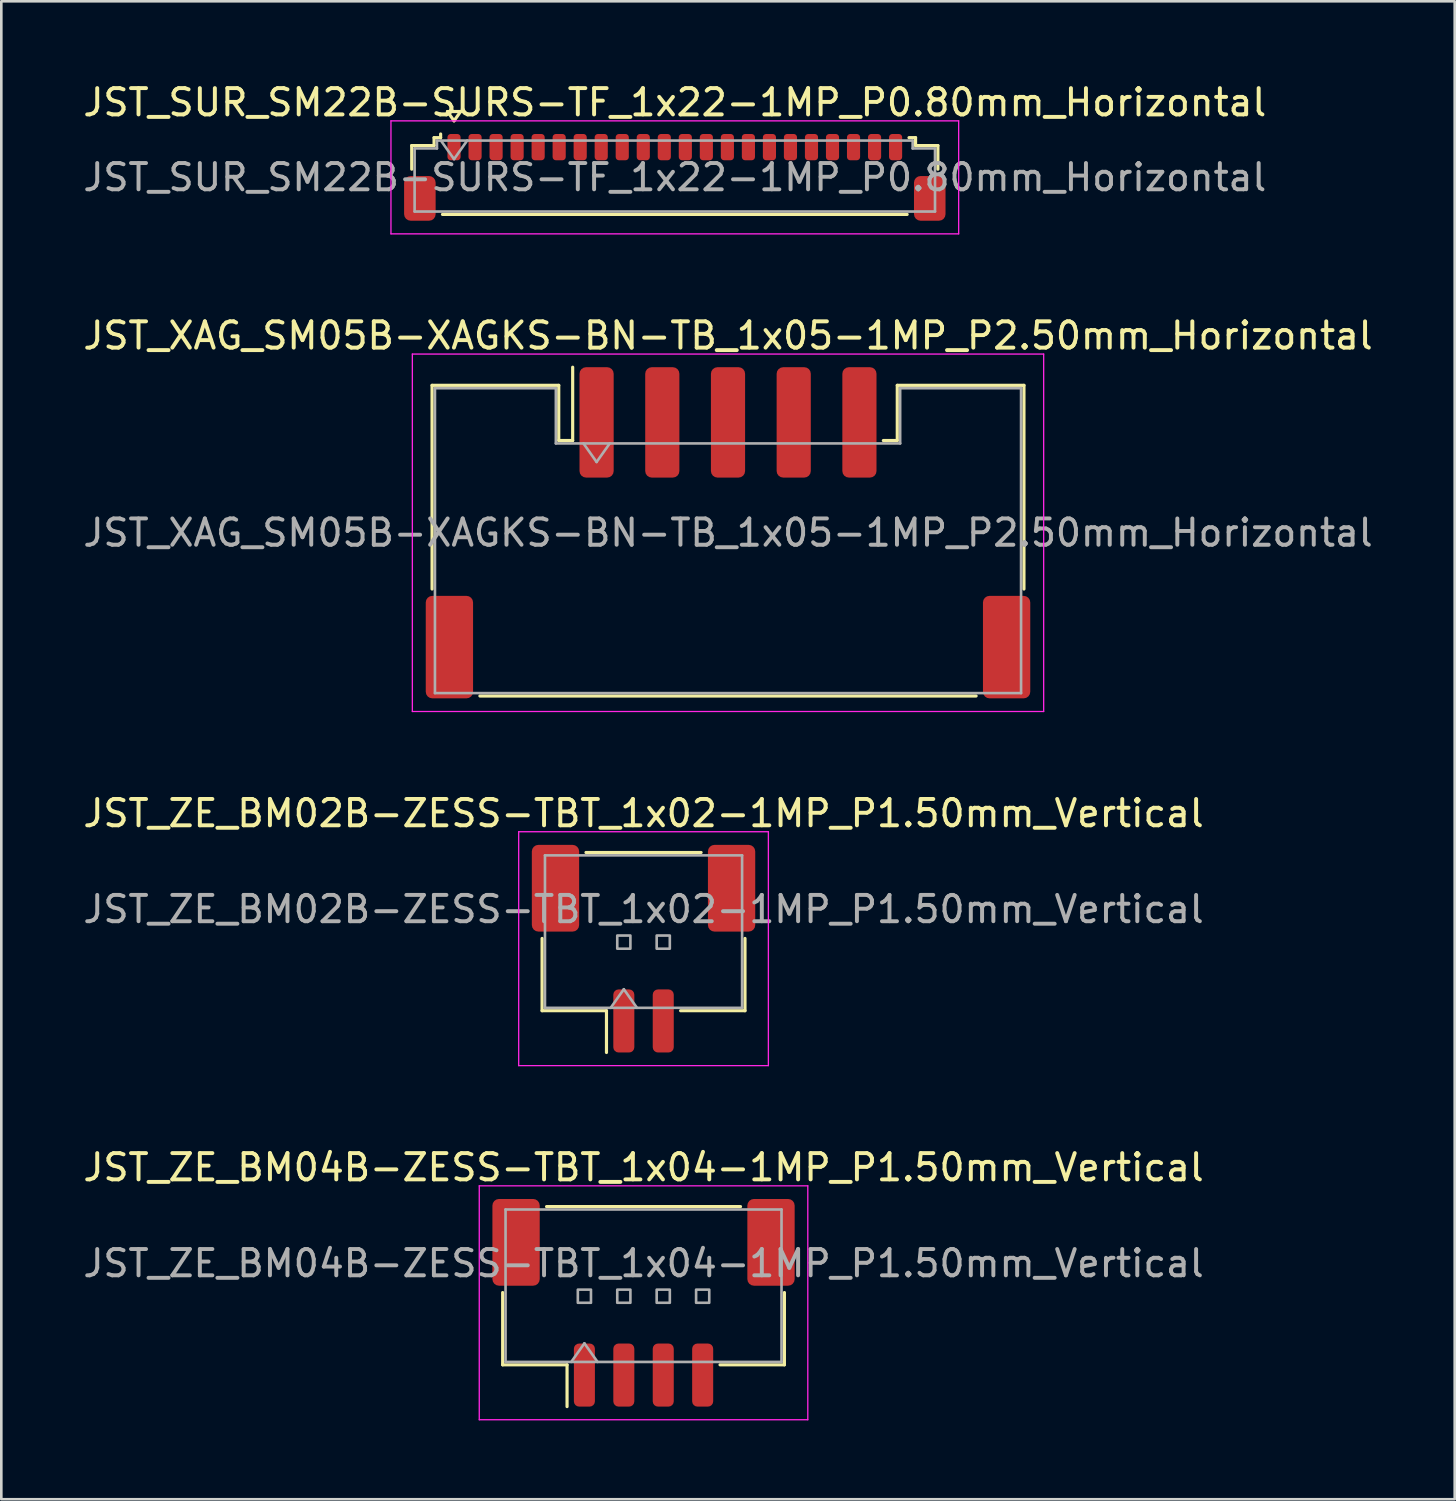
<source format=kicad_pcb>
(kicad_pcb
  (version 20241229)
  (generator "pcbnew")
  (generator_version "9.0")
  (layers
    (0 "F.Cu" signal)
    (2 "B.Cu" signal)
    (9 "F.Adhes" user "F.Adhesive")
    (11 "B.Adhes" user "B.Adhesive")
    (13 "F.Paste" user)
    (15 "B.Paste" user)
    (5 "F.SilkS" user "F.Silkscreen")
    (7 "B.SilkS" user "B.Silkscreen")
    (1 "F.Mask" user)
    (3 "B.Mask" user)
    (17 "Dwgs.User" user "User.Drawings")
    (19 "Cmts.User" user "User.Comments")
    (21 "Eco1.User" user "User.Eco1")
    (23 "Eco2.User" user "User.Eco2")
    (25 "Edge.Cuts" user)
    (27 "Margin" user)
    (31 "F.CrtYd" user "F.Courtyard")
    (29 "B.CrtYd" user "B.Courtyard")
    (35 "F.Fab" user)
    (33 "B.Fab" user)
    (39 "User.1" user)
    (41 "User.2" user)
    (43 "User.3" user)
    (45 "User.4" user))
  (footprint "JST_ZE_BM02B-ZESS-TBT_1x02-1MP_P1.50mm_Vertical"
    (layer "F.Cu")
    (at 21.435 33.045)
    (property "Reference" "JST_ZE_BM02B-ZESS-TBT_1x02-1MP_P1.50mm_Vertical" (at 0 -5.15 0) (layer "F.SilkS") (effects (font (size 1 1) (thickness 0.15))))
    (attr smd)
    (fp_line (start -3.86 -0.39) (end -3.86 2.36) (stroke (width 0.12) (type solid)) (layer "F.SilkS"))
    (fp_line (start -3.86 2.36) (end -1.41 2.36) (stroke (width 0.12) (type solid)) (layer "F.SilkS"))
    (fp_line (start -2.19 -3.66) (end 2.19 -3.66) (stroke (width 0.12) (type solid)) (layer "F.SilkS"))
    (fp_line (start -1.41 2.36) (end -1.41 3.95) (stroke (width 0.12) (type solid)) (layer "F.SilkS"))
    (fp_line (start 3.86 -0.39) (end 3.86 2.36) (stroke (width 0.12) (type solid)) (layer "F.SilkS"))
    (fp_line (start 3.86 2.36) (end 1.41 2.36) (stroke (width 0.12) (type solid)) (layer "F.SilkS"))
    (fp_line (start -4.75 -4.45) (end -4.75 4.45) (stroke (width 0.05) (type solid)) (layer "F.CrtYd"))
    (fp_line (start -4.75 4.45) (end 4.75 4.45) (stroke (width 0.05) (type solid)) (layer "F.CrtYd"))
    (fp_line (start 4.75 -4.45) (end -4.75 -4.45) (stroke (width 0.05) (type solid)) (layer "F.CrtYd"))
    (fp_line (start 4.75 4.45) (end 4.75 -4.45) (stroke (width 0.05) (type solid)) (layer "F.CrtYd"))
    (fp_line (start -3.75 -3.55) (end 3.75 -3.55) (stroke (width 0.1) (type solid)) (layer "F.Fab"))
    (fp_line (start -3.75 2.25) (end -3.75 -3.55) (stroke (width 0.1) (type solid)) (layer "F.Fab"))
    (fp_line (start -3.75 2.25) (end 3.75 2.25) (stroke (width 0.1) (type solid)) (layer "F.Fab"))
    (fp_line (start -1.25 2.25) (end -0.75 1.543) (stroke (width 0.1) (type solid)) (layer "F.Fab"))
    (fp_line (start -0.75 1.543) (end -0.25 2.25) (stroke (width 0.1) (type solid)) (layer "F.Fab"))
    (fp_line (start 3.75 2.25) (end 3.75 -3.55) (stroke (width 0.1) (type solid)) (layer "F.Fab"))
    (fp_rect (start -1 -0.5) (end -0.5 0) (stroke (width 0.1) (type solid)) (fill no) (layer "F.Fab"))
    (fp_rect (start 0.5 -0.5) (end 1 0) (stroke (width 0.1) (type solid)) (fill no) (layer "F.Fab"))
    (fp_text user "${REFERENCE}" (at 0 -1.5 0) (layer "F.Fab") (effects (font (size 1 1) (thickness 0.15))))
    (pad "1" smd roundrect (at -0.75 2.75) (size 0.8 2.4) (layers "F.Cu" "F.Mask" "F.Paste") (roundrect_rratio 0.25))
    (pad "2" smd roundrect (at 0.75 2.75) (size 0.8 2.4) (layers "F.Cu" "F.Mask" "F.Paste") (roundrect_rratio 0.25))
    (pad "MP" smd roundrect (at -3.35 -2.3) (size 1.8 3.3) (layers "F.Cu" "F.Mask" "F.Paste") (roundrect_rratio 0.139))
    (pad "MP" smd roundrect (at 3.35 -2.3) (size 1.8 3.3) (layers "F.Cu" "F.Mask" "F.Paste") (roundrect_rratio 0.139)))
  (footprint "JST_ZE_BM04B-ZESS-TBT_1x04-1MP_P1.50mm_Vertical"
    (layer "F.Cu")
    (at 21.435 46.518)
    (property "Reference" "JST_ZE_BM04B-ZESS-TBT_1x04-1MP_P1.50mm_Vertical" (at 0 -5.15 0) (layer "F.SilkS") (effects (font (size 1 1) (thickness 0.15))))
    (attr smd)
    (fp_line (start -5.36 -0.39) (end -5.36 2.36) (stroke (width 0.12) (type solid)) (layer "F.SilkS"))
    (fp_line (start -5.36 2.36) (end -2.91 2.36) (stroke (width 0.12) (type solid)) (layer "F.SilkS"))
    (fp_line (start -3.69 -3.66) (end 3.69 -3.66) (stroke (width 0.12) (type solid)) (layer "F.SilkS"))
    (fp_line (start -2.91 2.36) (end -2.91 3.95) (stroke (width 0.12) (type solid)) (layer "F.SilkS"))
    (fp_line (start 5.36 -0.39) (end 5.36 2.36) (stroke (width 0.12) (type solid)) (layer "F.SilkS"))
    (fp_line (start 5.36 2.36) (end 2.91 2.36) (stroke (width 0.12) (type solid)) (layer "F.SilkS"))
    (fp_line (start -6.25 -4.45) (end -6.25 4.45) (stroke (width 0.05) (type solid)) (layer "F.CrtYd"))
    (fp_line (start -6.25 4.45) (end 6.25 4.45) (stroke (width 0.05) (type solid)) (layer "F.CrtYd"))
    (fp_line (start 6.25 -4.45) (end -6.25 -4.45) (stroke (width 0.05) (type solid)) (layer "F.CrtYd"))
    (fp_line (start 6.25 4.45) (end 6.25 -4.45) (stroke (width 0.05) (type solid)) (layer "F.CrtYd"))
    (fp_line (start -5.25 -3.55) (end 5.25 -3.55) (stroke (width 0.1) (type solid)) (layer "F.Fab"))
    (fp_line (start -5.25 2.25) (end -5.25 -3.55) (stroke (width 0.1) (type solid)) (layer "F.Fab"))
    (fp_line (start -5.25 2.25) (end 5.25 2.25) (stroke (width 0.1) (type solid)) (layer "F.Fab"))
    (fp_line (start -2.75 2.25) (end -2.25 1.543) (stroke (width 0.1) (type solid)) (layer "F.Fab"))
    (fp_line (start -2.25 1.543) (end -1.75 2.25) (stroke (width 0.1) (type solid)) (layer "F.Fab"))
    (fp_line (start 5.25 2.25) (end 5.25 -3.55) (stroke (width 0.1) (type solid)) (layer "F.Fab"))
    (fp_rect (start -2.5 -0.5) (end -2 0) (stroke (width 0.1) (type solid)) (fill no) (layer "F.Fab"))
    (fp_rect (start -1 -0.5) (end -0.5 0) (stroke (width 0.1) (type solid)) (fill no) (layer "F.Fab"))
    (fp_rect (start 0.5 -0.5) (end 1 0) (stroke (width 0.1) (type solid)) (fill no) (layer "F.Fab"))
    (fp_rect (start 2 -0.5) (end 2.5 0) (stroke (width 0.1) (type solid)) (fill no) (layer "F.Fab"))
    (fp_text user "${REFERENCE}" (at 0 -1.5 0) (layer "F.Fab") (effects (font (size 1 1) (thickness 0.15))))
    (pad "1" smd roundrect (at -2.25 2.75) (size 0.8 2.4) (layers "F.Cu" "F.Mask" "F.Paste") (roundrect_rratio 0.25))
    (pad "2" smd roundrect (at -0.75 2.75) (size 0.8 2.4) (layers "F.Cu" "F.Mask" "F.Paste") (roundrect_rratio 0.25))
    (pad "3" smd roundrect (at 0.75 2.75) (size 0.8 2.4) (layers "F.Cu" "F.Mask" "F.Paste") (roundrect_rratio 0.25))
    (pad "4" smd roundrect (at 2.25 2.75) (size 0.8 2.4) (layers "F.Cu" "F.Mask" "F.Paste") (roundrect_rratio 0.25))
    (pad "MP" smd roundrect (at -4.85 -2.3) (size 1.8 3.3) (layers "F.Cu" "F.Mask" "F.Paste") (roundrect_rratio 0.139))
    (pad "MP" smd roundrect (at 4.85 -2.3) (size 1.8 3.3) (layers "F.Cu" "F.Mask" "F.Paste") (roundrect_rratio 0.139)))
  (footprint "JST_SUR_SM22B-SURS-TF_1x22-1MP_P0.80mm_Horizontal"
    (layer "F.Cu")
    (at 22.625 3.698)
    (property "Reference" "JST_SUR_SM22B-SURS-TF_1x22-1MP_P0.80mm_Horizontal" (at 0 -2.85 0) (layer "F.SilkS") (effects (font (size 1 1) (thickness 0.15))))
    (attr smd)
    (fp_line (start -10.01 -1.21) (end -9.16 -1.21) (stroke (width 0.12) (type solid)) (layer "F.SilkS"))
    (fp_line (start -10.01 -0.31) (end -10.01 -1.21) (stroke (width 0.12) (type solid)) (layer "F.SilkS"))
    (fp_line (start -9.16 -1.51) (end -8.91 -1.51) (stroke (width 0.12) (type solid)) (layer "F.SilkS"))
    (fp_line (start -9.16 -1.21) (end -9.16 -1.51) (stroke (width 0.12) (type solid)) (layer "F.SilkS"))
    (fp_line (start -8.91 -1.51) (end -8.91 -1.65) (stroke (width 0.12) (type solid)) (layer "F.SilkS"))
    (fp_line (start -8.84 1.41) (end 8.84 1.41) (stroke (width 0.12) (type solid)) (layer "F.SilkS"))
    (fp_line (start -8.65 -2.504) (end -8.4 -2.15) (stroke (width 0.12) (type solid)) (layer "F.SilkS"))
    (fp_line (start -8.4 -2.15) (end -8.15 -2.504) (stroke (width 0.12) (type solid)) (layer "F.SilkS"))
    (fp_line (start -8.15 -2.504) (end -8.65 -2.504) (stroke (width 0.12) (type solid)) (layer "F.SilkS"))
    (fp_line (start 9.16 -1.51) (end 8.91 -1.51) (stroke (width 0.12) (type solid)) (layer "F.SilkS"))
    (fp_line (start 9.16 -1.21) (end 9.16 -1.51) (stroke (width 0.12) (type solid)) (layer "F.SilkS"))
    (fp_line (start 10.01 -1.21) (end 9.16 -1.21) (stroke (width 0.12) (type solid)) (layer "F.SilkS"))
    (fp_line (start 10.01 -0.31) (end 10.01 -1.21) (stroke (width 0.12) (type solid)) (layer "F.SilkS"))
    (fp_line (start -10.8 -2.15) (end -10.8 2.15) (stroke (width 0.05) (type solid)) (layer "F.CrtYd"))
    (fp_line (start -10.8 2.15) (end 10.8 2.15) (stroke (width 0.05) (type solid)) (layer "F.CrtYd"))
    (fp_line (start 10.8 -2.15) (end -10.8 -2.15) (stroke (width 0.05) (type solid)) (layer "F.CrtYd"))
    (fp_line (start 10.8 2.15) (end 10.8 -2.15) (stroke (width 0.05) (type solid)) (layer "F.CrtYd"))
    (fp_line (start -9.9 -1.1) (end -9.9 1.3) (stroke (width 0.1) (type solid)) (layer "F.Fab"))
    (fp_line (start -9.9 -1.1) (end -9.05 -1.1) (stroke (width 0.1) (type solid)) (layer "F.Fab"))
    (fp_line (start -9.9 1.3) (end 9.9 1.3) (stroke (width 0.1) (type solid)) (layer "F.Fab"))
    (fp_line (start -9.05 -1.4) (end 9.05 -1.4) (stroke (width 0.1) (type solid)) (layer "F.Fab"))
    (fp_line (start -9.05 -1.1) (end -9.05 -1.4) (stroke (width 0.1) (type solid)) (layer "F.Fab"))
    (fp_line (start -8.9 -1.4) (end -8.4 -0.693) (stroke (width 0.1) (type solid)) (layer "F.Fab"))
    (fp_line (start -8.4 -0.693) (end -7.9 -1.4) (stroke (width 0.1) (type solid)) (layer "F.Fab"))
    (fp_line (start 9.05 -1.4) (end 9.05 -1.1) (stroke (width 0.1) (type solid)) (layer "F.Fab"))
    (fp_line (start 9.05 -1.1) (end 9.9 -1.1) (stroke (width 0.1) (type solid)) (layer "F.Fab"))
    (fp_line (start 9.9 -1.1) (end 9.9 1.3) (stroke (width 0.1) (type solid)) (layer "F.Fab"))
    (fp_text user "${REFERENCE}" (at 0 0 0) (layer "F.Fab") (effects (font (size 1 1) (thickness 0.15))))
    (pad "1" smd roundrect (at -8.4 -1.15) (size 0.5 1) (layers "F.Cu" "F.Mask" "F.Paste") (roundrect_rratio 0.25))
    (pad "2" smd roundrect (at -7.6 -1.15) (size 0.5 1) (layers "F.Cu" "F.Mask" "F.Paste") (roundrect_rratio 0.25))
    (pad "3" smd roundrect (at -6.8 -1.15) (size 0.5 1) (layers "F.Cu" "F.Mask" "F.Paste") (roundrect_rratio 0.25))
    (pad "4" smd roundrect (at -6 -1.15) (size 0.5 1) (layers "F.Cu" "F.Mask" "F.Paste") (roundrect_rratio 0.25))
    (pad "5" smd roundrect (at -5.2 -1.15) (size 0.5 1) (layers "F.Cu" "F.Mask" "F.Paste") (roundrect_rratio 0.25))
    (pad "6" smd roundrect (at -4.4 -1.15) (size 0.5 1) (layers "F.Cu" "F.Mask" "F.Paste") (roundrect_rratio 0.25))
    (pad "7" smd roundrect (at -3.6 -1.15) (size 0.5 1) (layers "F.Cu" "F.Mask" "F.Paste") (roundrect_rratio 0.25))
    (pad "8" smd roundrect (at -2.8 -1.15) (size 0.5 1) (layers "F.Cu" "F.Mask" "F.Paste") (roundrect_rratio 0.25))
    (pad "9" smd roundrect (at -2 -1.15) (size 0.5 1) (layers "F.Cu" "F.Mask" "F.Paste") (roundrect_rratio 0.25))
    (pad "10" smd roundrect (at -1.2 -1.15) (size 0.5 1) (layers "F.Cu" "F.Mask" "F.Paste") (roundrect_rratio 0.25))
    (pad "11" smd roundrect (at -0.4 -1.15) (size 0.5 1) (layers "F.Cu" "F.Mask" "F.Paste") (roundrect_rratio 0.25))
    (pad "12" smd roundrect (at 0.4 -1.15) (size 0.5 1) (layers "F.Cu" "F.Mask" "F.Paste") (roundrect_rratio 0.25))
    (pad "13" smd roundrect (at 1.2 -1.15) (size 0.5 1) (layers "F.Cu" "F.Mask" "F.Paste") (roundrect_rratio 0.25))
    (pad "14" smd roundrect (at 2 -1.15) (size 0.5 1) (layers "F.Cu" "F.Mask" "F.Paste") (roundrect_rratio 0.25))
    (pad "15" smd roundrect (at 2.8 -1.15) (size 0.5 1) (layers "F.Cu" "F.Mask" "F.Paste") (roundrect_rratio 0.25))
    (pad "16" smd roundrect (at 3.6 -1.15) (size 0.5 1) (layers "F.Cu" "F.Mask" "F.Paste") (roundrect_rratio 0.25))
    (pad "17" smd roundrect (at 4.4 -1.15) (size 0.5 1) (layers "F.Cu" "F.Mask" "F.Paste") (roundrect_rratio 0.25))
    (pad "18" smd roundrect (at 5.2 -1.15) (size 0.5 1) (layers "F.Cu" "F.Mask" "F.Paste") (roundrect_rratio 0.25))
    (pad "19" smd roundrect (at 6 -1.15) (size 0.5 1) (layers "F.Cu" "F.Mask" "F.Paste") (roundrect_rratio 0.25))
    (pad "20" smd roundrect (at 6.8 -1.15) (size 0.5 1) (layers "F.Cu" "F.Mask" "F.Paste") (roundrect_rratio 0.25))
    (pad "21" smd roundrect (at 7.6 -1.15) (size 0.5 1) (layers "F.Cu" "F.Mask" "F.Paste") (roundrect_rratio 0.25))
    (pad "22" smd roundrect (at 8.4 -1.15) (size 0.5 1) (layers "F.Cu" "F.Mask" "F.Paste") (roundrect_rratio 0.25))
    (pad "MP" smd roundrect (at -9.7 0.8) (size 1.2 1.7) (layers "F.Cu" "F.Mask" "F.Paste") (roundrect_rratio 0.208))
    (pad "MP" smd roundrect (at 9.7 0.8) (size 1.2 1.7) (layers "F.Cu" "F.Mask" "F.Paste") (roundrect_rratio 0.208)))
  (footprint "JST_XAG_SM05B-XAGKS-BN-TB_1x05-1MP_P2.50mm_Horizontal"
    (layer "F.Cu")
    (at 24.649 17.221)
    (property "Reference" "JST_XAG_SM05B-XAGKS-BN-TB_1x05-1MP_P2.50mm_Horizontal" (at 0 -7.5 0) (layer "F.SilkS") (effects (font (size 1 1) (thickness 0.15))))
    (attr smd)
    (fp_line (start -11.26 -5.61) (end -6.44 -5.61) (stroke (width 0.12) (type solid)) (layer "F.SilkS"))
    (fp_line (start -11.26 2.14) (end -11.26 -5.61) (stroke (width 0.12) (type solid)) (layer "F.SilkS"))
    (fp_line (start -9.44 6.21) (end 9.44 6.21) (stroke (width 0.12) (type solid)) (layer "F.SilkS"))
    (fp_line (start -6.44 -5.61) (end -6.44 -3.51) (stroke (width 0.12) (type solid)) (layer "F.SilkS"))
    (fp_line (start -6.44 -3.51) (end -5.91 -3.51) (stroke (width 0.12) (type solid)) (layer "F.SilkS"))
    (fp_line (start -5.91 -3.51) (end -5.91 -6.3) (stroke (width 0.12) (type solid)) (layer "F.SilkS"))
    (fp_line (start 6.44 -5.61) (end 6.44 -3.51) (stroke (width 0.12) (type solid)) (layer "F.SilkS"))
    (fp_line (start 6.44 -3.51) (end 5.91 -3.51) (stroke (width 0.12) (type solid)) (layer "F.SilkS"))
    (fp_line (start 11.26 -5.61) (end 6.44 -5.61) (stroke (width 0.12) (type solid)) (layer "F.SilkS"))
    (fp_line (start 11.26 2.14) (end 11.26 -5.61) (stroke (width 0.12) (type solid)) (layer "F.SilkS"))
    (fp_line (start -12.01 -6.8) (end -12.01 6.8) (stroke (width 0.05) (type solid)) (layer "F.CrtYd"))
    (fp_line (start -12.01 6.8) (end 12.01 6.8) (stroke (width 0.05) (type solid)) (layer "F.CrtYd"))
    (fp_line (start 12.01 -6.8) (end -12.01 -6.8) (stroke (width 0.05) (type solid)) (layer "F.CrtYd"))
    (fp_line (start 12.01 6.8) (end 12.01 -6.8) (stroke (width 0.05) (type solid)) (layer "F.CrtYd"))
    (fp_line (start -11.15 -5.5) (end -11.15 6.1) (stroke (width 0.1) (type solid)) (layer "F.Fab"))
    (fp_line (start -11.15 -5.5) (end -6.55 -5.5) (stroke (width 0.1) (type solid)) (layer "F.Fab"))
    (fp_line (start -11.15 6.1) (end 11.15 6.1) (stroke (width 0.1) (type solid)) (layer "F.Fab"))
    (fp_line (start -6.55 -5.5) (end -6.55 -3.4) (stroke (width 0.1) (type solid)) (layer "F.Fab"))
    (fp_line (start -6.55 -3.4) (end 6.55 -3.4) (stroke (width 0.1) (type solid)) (layer "F.Fab"))
    (fp_line (start -5.5 -3.4) (end -5 -2.693) (stroke (width 0.1) (type solid)) (layer "F.Fab"))
    (fp_line (start -5 -2.693) (end -4.5 -3.4) (stroke (width 0.1) (type solid)) (layer "F.Fab"))
    (fp_line (start 6.55 -5.5) (end 11.15 -5.5) (stroke (width 0.1) (type solid)) (layer "F.Fab"))
    (fp_line (start 6.55 -3.4) (end 6.55 -5.5) (stroke (width 0.1) (type solid)) (layer "F.Fab"))
    (fp_line (start 11.15 -5.5) (end 11.15 6.1) (stroke (width 0.1) (type solid)) (layer "F.Fab"))
    (fp_text user "${REFERENCE}" (at 0 0 0) (layer "F.Fab") (effects (font (size 1 1) (thickness 0.15))))
    (pad "1" smd roundrect (at -5 -4.2) (size 1.3 4.2) (layers "F.Cu" "F.Mask" "F.Paste") (roundrect_rratio 0.192))
    (pad "2" smd roundrect (at -2.5 -4.2) (size 1.3 4.2) (layers "F.Cu" "F.Mask" "F.Paste") (roundrect_rratio 0.192))
    (pad "3" smd roundrect (at 0 -4.2) (size 1.3 4.2) (layers "F.Cu" "F.Mask" "F.Paste") (roundrect_rratio 0.192))
    (pad "4" smd roundrect (at 2.5 -4.2) (size 1.3 4.2) (layers "F.Cu" "F.Mask" "F.Paste") (roundrect_rratio 0.192))
    (pad "5" smd roundrect (at 5 -4.2) (size 1.3 4.2) (layers "F.Cu" "F.Mask" "F.Paste") (roundrect_rratio 0.192))
    (pad "MP" smd roundrect (at -10.6 4.35) (size 1.8 3.9) (layers "F.Cu" "F.Mask" "F.Paste") (roundrect_rratio 0.139))
    (pad "MP" smd roundrect (at 10.6 4.35) (size 1.8 3.9) (layers "F.Cu" "F.Mask" "F.Paste") (roundrect_rratio 0.139)))
  (gr_rect
    (start -3 -3)
    (end 52.298 53.993)
    (stroke (width 0.1) (type default))
    (fill no)
    (layer "Edge.Cuts")))
</source>
